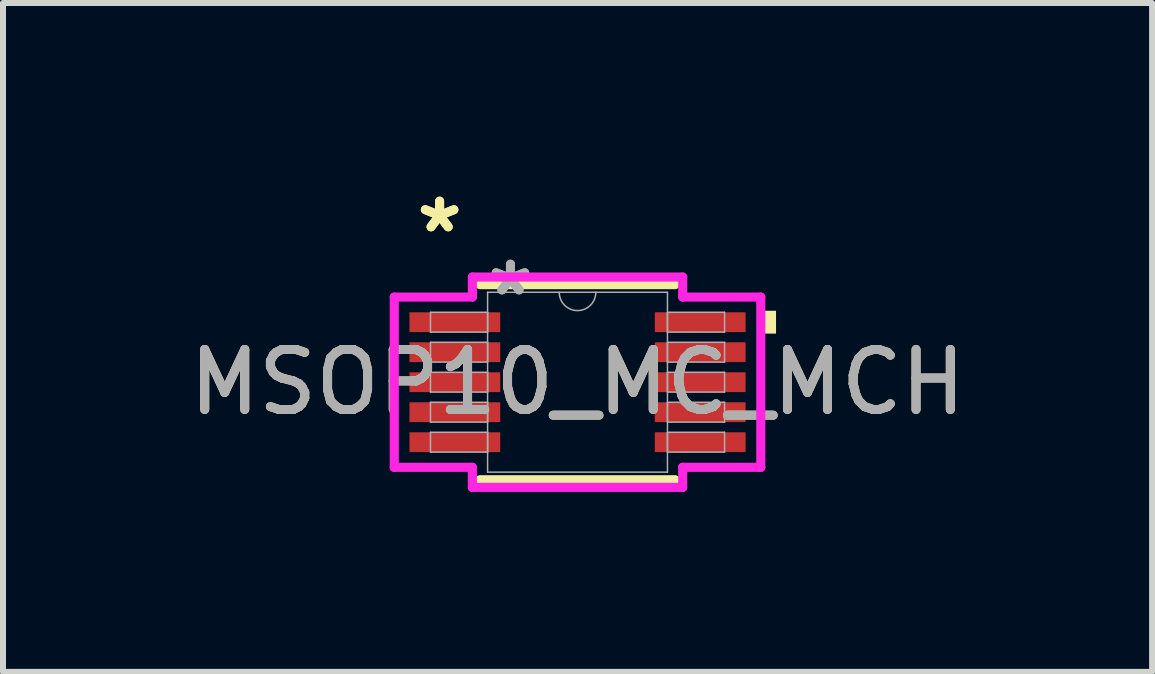
<source format=kicad_pcb>
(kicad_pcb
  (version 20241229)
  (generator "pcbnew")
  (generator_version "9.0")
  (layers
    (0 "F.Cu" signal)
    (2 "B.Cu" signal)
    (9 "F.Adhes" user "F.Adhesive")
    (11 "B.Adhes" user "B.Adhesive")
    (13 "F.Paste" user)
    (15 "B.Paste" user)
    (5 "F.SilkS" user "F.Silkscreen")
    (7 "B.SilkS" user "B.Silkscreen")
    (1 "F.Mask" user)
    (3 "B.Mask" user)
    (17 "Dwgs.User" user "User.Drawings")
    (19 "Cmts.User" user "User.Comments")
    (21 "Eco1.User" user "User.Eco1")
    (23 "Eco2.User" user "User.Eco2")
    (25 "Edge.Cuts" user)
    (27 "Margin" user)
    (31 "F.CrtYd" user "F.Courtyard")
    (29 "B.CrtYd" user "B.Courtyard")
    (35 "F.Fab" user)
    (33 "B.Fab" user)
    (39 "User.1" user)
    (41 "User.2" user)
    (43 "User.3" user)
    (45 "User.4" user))
  (footprint "MSOP10_MC_MCH"
    (layer "F.Cu")
    (at 6.577 3.321)
    (property "Reference" "MSOP10_MC_MCH" (at 0 0 0) (unlocked yes) (layer "F.SilkS") (effects (font (size 1 1) (thickness 0.15))))
    (attr smd)
    (fp_line (start -1.626 1.626) (end 1.626 1.626) (stroke (width 0.152) (type solid)) (layer "F.SilkS"))
    (fp_line (start 1.626 -1.626) (end -1.626 -1.626) (stroke (width 0.152) (type solid)) (layer "F.SilkS"))
    (fp_poly (pts (xy 3.309 -1.191) (xy 3.309 -0.81) (xy 3.055 -0.81) (xy 3.055 -1.191)) (stroke (width 0) (type solid)) (fill yes) (layer "F.SilkS"))
    (fp_line (start -3.055 -1.419) (end -1.753 -1.419) (stroke (width 0.152) (type solid)) (layer "F.CrtYd"))
    (fp_line (start -3.055 1.419) (end -3.055 -1.419) (stroke (width 0.152) (type solid)) (layer "F.CrtYd"))
    (fp_line (start -3.055 1.419) (end -1.753 1.419) (stroke (width 0.152) (type solid)) (layer "F.CrtYd"))
    (fp_line (start -1.753 -1.753) (end 1.753 -1.753) (stroke (width 0.152) (type solid)) (layer "F.CrtYd"))
    (fp_line (start -1.753 -1.419) (end -1.753 -1.753) (stroke (width 0.152) (type solid)) (layer "F.CrtYd"))
    (fp_line (start -1.753 1.753) (end -1.753 1.419) (stroke (width 0.152) (type solid)) (layer "F.CrtYd"))
    (fp_line (start 1.753 -1.753) (end 1.753 -1.419) (stroke (width 0.152) (type solid)) (layer "F.CrtYd"))
    (fp_line (start 1.753 1.419) (end 1.753 1.753) (stroke (width 0.152) (type solid)) (layer "F.CrtYd"))
    (fp_line (start 1.753 1.753) (end -1.753 1.753) (stroke (width 0.152) (type solid)) (layer "F.CrtYd"))
    (fp_line (start 3.055 -1.419) (end 1.753 -1.419) (stroke (width 0.152) (type solid)) (layer "F.CrtYd"))
    (fp_line (start 3.055 -1.419) (end 3.055 1.419) (stroke (width 0.152) (type solid)) (layer "F.CrtYd"))
    (fp_line (start 3.055 1.419) (end 1.753 1.419) (stroke (width 0.152) (type solid)) (layer "F.CrtYd"))
    (fp_line (start -2.451 -1.165) (end -2.451 -0.835) (stroke (width 0.025) (type solid)) (layer "F.Fab"))
    (fp_line (start -2.451 -0.835) (end -1.499 -0.835) (stroke (width 0.025) (type solid)) (layer "F.Fab"))
    (fp_line (start -2.451 -0.665) (end -2.451 -0.335) (stroke (width 0.025) (type solid)) (layer "F.Fab"))
    (fp_line (start -2.451 -0.335) (end -1.499 -0.335) (stroke (width 0.025) (type solid)) (layer "F.Fab"))
    (fp_line (start -2.451 -0.165) (end -2.451 0.165) (stroke (width 0.025) (type solid)) (layer "F.Fab"))
    (fp_line (start -2.451 0.165) (end -1.499 0.165) (stroke (width 0.025) (type solid)) (layer "F.Fab"))
    (fp_line (start -2.451 0.335) (end -2.451 0.665) (stroke (width 0.025) (type solid)) (layer "F.Fab"))
    (fp_line (start -2.451 0.665) (end -1.499 0.665) (stroke (width 0.025) (type solid)) (layer "F.Fab"))
    (fp_line (start -2.451 0.835) (end -2.451 1.165) (stroke (width 0.025) (type solid)) (layer "F.Fab"))
    (fp_line (start -2.451 1.165) (end -1.499 1.165) (stroke (width 0.025) (type solid)) (layer "F.Fab"))
    (fp_line (start -1.499 -1.499) (end -1.499 1.499) (stroke (width 0.025) (type solid)) (layer "F.Fab"))
    (fp_line (start -1.499 -1.165) (end -2.451 -1.165) (stroke (width 0.025) (type solid)) (layer "F.Fab"))
    (fp_line (start -1.499 -0.835) (end -1.499 -1.165) (stroke (width 0.025) (type solid)) (layer "F.Fab"))
    (fp_line (start -1.499 -0.665) (end -2.451 -0.665) (stroke (width 0.025) (type solid)) (layer "F.Fab"))
    (fp_line (start -1.499 -0.335) (end -1.499 -0.665) (stroke (width 0.025) (type solid)) (layer "F.Fab"))
    (fp_line (start -1.499 -0.165) (end -2.451 -0.165) (stroke (width 0.025) (type solid)) (layer "F.Fab"))
    (fp_line (start -1.499 0.165) (end -1.499 -0.165) (stroke (width 0.025) (type solid)) (layer "F.Fab"))
    (fp_line (start -1.499 0.335) (end -2.451 0.335) (stroke (width 0.025) (type solid)) (layer "F.Fab"))
    (fp_line (start -1.499 0.665) (end -1.499 0.335) (stroke (width 0.025) (type solid)) (layer "F.Fab"))
    (fp_line (start -1.499 0.835) (end -2.451 0.835) (stroke (width 0.025) (type solid)) (layer "F.Fab"))
    (fp_line (start -1.499 1.165) (end -1.499 0.835) (stroke (width 0.025) (type solid)) (layer "F.Fab"))
    (fp_line (start -1.499 1.499) (end 1.499 1.499) (stroke (width 0.025) (type solid)) (layer "F.Fab"))
    (fp_line (start 1.499 -1.499) (end -1.499 -1.499) (stroke (width 0.025) (type solid)) (layer "F.Fab"))
    (fp_line (start 1.499 -1.165) (end 1.499 -0.835) (stroke (width 0.025) (type solid)) (layer "F.Fab"))
    (fp_line (start 1.499 -0.835) (end 2.451 -0.835) (stroke (width 0.025) (type solid)) (layer "F.Fab"))
    (fp_line (start 1.499 -0.665) (end 1.499 -0.335) (stroke (width 0.025) (type solid)) (layer "F.Fab"))
    (fp_line (start 1.499 -0.335) (end 2.451 -0.335) (stroke (width 0.025) (type solid)) (layer "F.Fab"))
    (fp_line (start 1.499 -0.165) (end 1.499 0.165) (stroke (width 0.025) (type solid)) (layer "F.Fab"))
    (fp_line (start 1.499 0.165) (end 2.451 0.165) (stroke (width 0.025) (type solid)) (layer "F.Fab"))
    (fp_line (start 1.499 0.335) (end 1.499 0.665) (stroke (width 0.025) (type solid)) (layer "F.Fab"))
    (fp_line (start 1.499 0.665) (end 2.451 0.665) (stroke (width 0.025) (type solid)) (layer "F.Fab"))
    (fp_line (start 1.499 0.835) (end 1.499 1.165) (stroke (width 0.025) (type solid)) (layer "F.Fab"))
    (fp_line (start 1.499 1.165) (end 2.451 1.165) (stroke (width 0.025) (type solid)) (layer "F.Fab"))
    (fp_line (start 1.499 1.499) (end 1.499 -1.499) (stroke (width 0.025) (type solid)) (layer "F.Fab"))
    (fp_line (start 2.451 -1.165) (end 1.499 -1.165) (stroke (width 0.025) (type solid)) (layer "F.Fab"))
    (fp_line (start 2.451 -0.835) (end 2.451 -1.165) (stroke (width 0.025) (type solid)) (layer "F.Fab"))
    (fp_line (start 2.451 -0.665) (end 1.499 -0.665) (stroke (width 0.025) (type solid)) (layer "F.Fab"))
    (fp_line (start 2.451 -0.335) (end 2.451 -0.665) (stroke (width 0.025) (type solid)) (layer "F.Fab"))
    (fp_line (start 2.451 -0.165) (end 1.499 -0.165) (stroke (width 0.025) (type solid)) (layer "F.Fab"))
    (fp_line (start 2.451 0.165) (end 2.451 -0.165) (stroke (width 0.025) (type solid)) (layer "F.Fab"))
    (fp_line (start 2.451 0.335) (end 1.499 0.335) (stroke (width 0.025) (type solid)) (layer "F.Fab"))
    (fp_line (start 2.451 0.665) (end 2.451 0.335) (stroke (width 0.025) (type solid)) (layer "F.Fab"))
    (fp_line (start 2.451 0.835) (end 1.499 0.835) (stroke (width 0.025) (type solid)) (layer "F.Fab"))
    (fp_line (start 2.451 1.165) (end 2.451 0.835) (stroke (width 0.025) (type solid)) (layer "F.Fab"))
    (fp_arc (start 0.3048 -1.4986) (mid 0 -1.1938) (end -0.3048 -1.4986) (stroke (width 0.0254) (type solid)) (layer "F.Fab"))
    (fp_text user "*" (at -2.299 -2.473 0) (layer "F.SilkS") (effects (font (size 1 1) (thickness 0.15))))
    (fp_text user "*" (at -2.299 -2.473 0) (unlocked yes) (layer "F.SilkS") (effects (font (size 1 1) (thickness 0.15))))
    (fp_text user "*" (at -1.118 -1.422 0) (unlocked yes) (layer "F.Fab") (effects (font (size 1 1) (thickness 0.15))))
    (fp_text user "${REFERENCE}" (at 0 0 0) (unlocked yes) (layer "F.Fab") (effects (font (size 1 1) (thickness 0.15))))
    (fp_text user "*" (at -1.118 -1.422 0) (layer "F.Fab") (effects (font (size 1 1) (thickness 0.15))))
    (pad "1" smd rect (at -2.045 -1) (size 1.513 0.33) (layers "F.Cu" "F.Mask" "F.Paste"))
    (pad "2" smd rect (at -2.045 -0.5) (size 1.513 0.33) (layers "F.Cu" "F.Mask" "F.Paste"))
    (pad "3" smd rect (at -2.045 0) (size 1.513 0.33) (layers "F.Cu" "F.Mask" "F.Paste"))
    (pad "4" smd rect (at -2.045 0.5) (size 1.513 0.33) (layers "F.Cu" "F.Mask" "F.Paste"))
    (pad "5" smd rect (at -2.045 1) (size 1.513 0.33) (layers "F.Cu" "F.Mask" "F.Paste"))
    (pad "6" smd rect (at 2.045 1) (size 1.513 0.33) (layers "F.Cu" "F.Mask" "F.Paste"))
    (pad "7" smd rect (at 2.045 0.5) (size 1.513 0.33) (layers "F.Cu" "F.Mask" "F.Paste"))
    (pad "8" smd rect (at 2.045 0) (size 1.513 0.33) (layers "F.Cu" "F.Mask" "F.Paste"))
    (pad "9" smd rect (at 2.045 -0.5) (size 1.513 0.33) (layers "F.Cu" "F.Mask" "F.Paste"))
    (pad "10" smd rect (at 2.045 -1) (size 1.513 0.33) (layers "F.Cu" "F.Mask" "F.Paste")))
  (gr_rect
    (start -3 -3)
    (end 16.155 8.15)
    (stroke (width 0.1) (type default))
    (fill no)
    (layer "Edge.Cuts")))
</source>
